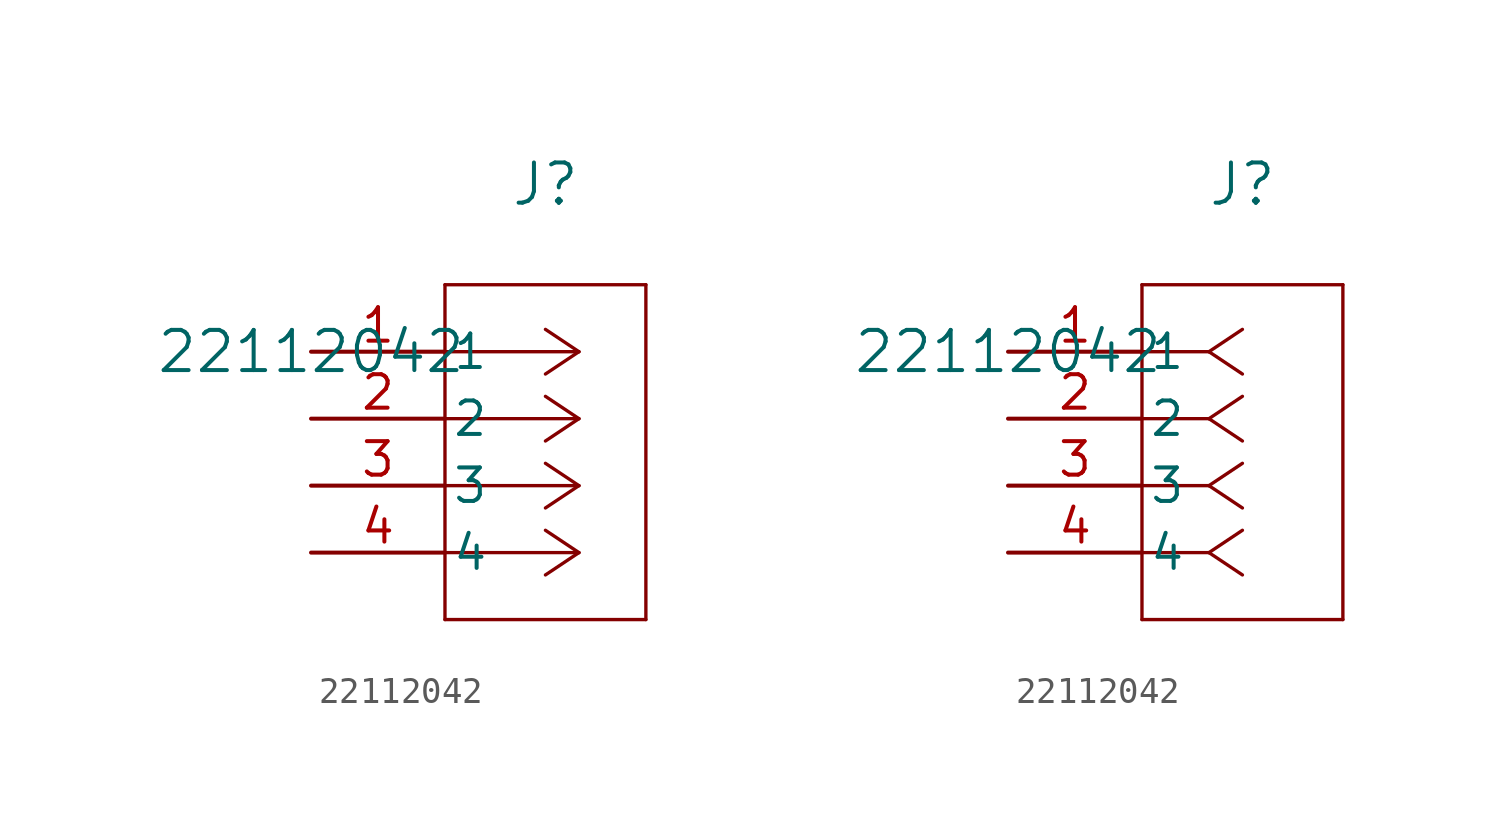
<source format=kicad_sym>
(kicad_symbol_lib
  (version 20211014)
  (generator kicad_symbol_editor)
  (symbol "22112042"
    (pin_names
      (offset 0.254))
    (property "Reference" "J"
      (at 8.89 6.35 0)
      (effects (font (size 1.524 1.524))))
    (property "Value" "22112042"
      (at 0 0 0)
      (effects (font (size 1.524 1.524))))
    (symbol "22112042_1_1"
      (polyline (pts (xy 10.16 0) (xy 5.08 0)) (stroke (width 0.127) (type default) (color 0 0 0 0)) (fill (type none)))
      (polyline (pts (xy 10.16 -2.54) (xy 5.08 -2.54)) (stroke (width 0.127) (type default) (color 0 0 0 0)) (fill (type none)))
      (polyline (pts (xy 10.16 -5.08) (xy 5.08 -5.08)) (stroke (width 0.127) (type default) (color 0 0 0 0)) (fill (type none)))
      (polyline (pts (xy 10.16 -7.62) (xy 5.08 -7.62)) (stroke (width 0.127) (type default) (color 0 0 0 0)) (fill (type none)))
      (polyline (pts (xy 10.16 0) (xy 8.89 0.847)) (stroke (width 0.127) (type default) (color 0 0 0 0)) (fill (type none)))
      (polyline (pts (xy 10.16 -2.54) (xy 8.89 -1.693)) (stroke (width 0.127) (type default) (color 0 0 0 0)) (fill (type none)))
      (polyline (pts (xy 10.16 -5.08) (xy 8.89 -4.233)) (stroke (width 0.127) (type default) (color 0 0 0 0)) (fill (type none)))
      (polyline (pts (xy 10.16 -7.62) (xy 8.89 -6.773)) (stroke (width 0.127) (type default) (color 0 0 0 0)) (fill (type none)))
      (polyline (pts (xy 10.16 0) (xy 8.89 -0.847)) (stroke (width 0.127) (type default) (color 0 0 0 0)) (fill (type none)))
      (polyline (pts (xy 10.16 -2.54) (xy 8.89 -3.387)) (stroke (width 0.127) (type default) (color 0 0 0 0)) (fill (type none)))
      (polyline (pts (xy 10.16 -5.08) (xy 8.89 -5.927)) (stroke (width 0.127) (type default) (color 0 0 0 0)) (fill (type none)))
      (polyline (pts (xy 10.16 -7.62) (xy 8.89 -8.467)) (stroke (width 0.127) (type default) (color 0 0 0 0)) (fill (type none)))
      (polyline (pts (xy 5.08 2.54) (xy 5.08 -10.16)) (stroke (width 0.127) (type default) (color 0 0 0 0)) (fill (type none)))
      (polyline (pts (xy 5.08 -10.16) (xy 12.7 -10.16)) (stroke (width 0.127) (type default) (color 0 0 0 0)) (fill (type none)))
      (polyline (pts (xy 12.7 -10.16) (xy 12.7 2.54)) (stroke (width 0.127) (type default) (color 0 0 0 0)) (fill (type none)))
      (polyline (pts (xy 12.7 2.54) (xy 5.08 2.54)) (stroke (width 0.127) (type default) (color 0 0 0 0)) (fill (type none)))
      (pin unspecified line (at 0 0 0) (length 5.08) (name "1" (effects (font (size 1.27 1.27)))) (number "1" (effects (font (size 1.27 1.27)))))
      (pin unspecified line (at 0 -2.54 0) (length 5.08) (name "2" (effects (font (size 1.27 1.27)))) (number "2" (effects (font (size 1.27 1.27)))))
      (pin unspecified line (at 0 -5.08 0) (length 5.08) (name "3" (effects (font (size 1.27 1.27)))) (number "3" (effects (font (size 1.27 1.27)))))
      (pin unspecified line (at 0 -7.62 0) (length 5.08) (name "4" (effects (font (size 1.27 1.27)))) (number "4" (effects (font (size 1.27 1.27))))))
    (symbol "22112042_1_2"
      (polyline (pts (xy 7.62 0) (xy 5.08 0)) (stroke (width 0.127) (type default) (color 0 0 0 0)) (fill (type none)))
      (polyline (pts (xy 7.62 -2.54) (xy 5.08 -2.54)) (stroke (width 0.127) (type default) (color 0 0 0 0)) (fill (type none)))
      (polyline (pts (xy 7.62 -5.08) (xy 5.08 -5.08)) (stroke (width 0.127) (type default) (color 0 0 0 0)) (fill (type none)))
      (polyline (pts (xy 7.62 -7.62) (xy 5.08 -7.62)) (stroke (width 0.127) (type default) (color 0 0 0 0)) (fill (type none)))
      (polyline (pts (xy 7.62 0) (xy 8.89 0.847)) (stroke (width 0.127) (type default) (color 0 0 0 0)) (fill (type none)))
      (polyline (pts (xy 7.62 -2.54) (xy 8.89 -1.693)) (stroke (width 0.127) (type default) (color 0 0 0 0)) (fill (type none)))
      (polyline (pts (xy 7.62 -5.08) (xy 8.89 -4.233)) (stroke (width 0.127) (type default) (color 0 0 0 0)) (fill (type none)))
      (polyline (pts (xy 7.62 -7.62) (xy 8.89 -6.773)) (stroke (width 0.127) (type default) (color 0 0 0 0)) (fill (type none)))
      (polyline (pts (xy 7.62 0) (xy 8.89 -0.847)) (stroke (width 0.127) (type default) (color 0 0 0 0)) (fill (type none)))
      (polyline (pts (xy 7.62 -2.54) (xy 8.89 -3.387)) (stroke (width 0.127) (type default) (color 0 0 0 0)) (fill (type none)))
      (polyline (pts (xy 7.62 -5.08) (xy 8.89 -5.927)) (stroke (width 0.127) (type default) (color 0 0 0 0)) (fill (type none)))
      (polyline (pts (xy 7.62 -7.62) (xy 8.89 -8.467)) (stroke (width 0.127) (type default) (color 0 0 0 0)) (fill (type none)))
      (polyline (pts (xy 5.08 2.54) (xy 5.08 -10.16)) (stroke (width 0.127) (type default) (color 0 0 0 0)) (fill (type none)))
      (polyline (pts (xy 5.08 -10.16) (xy 12.7 -10.16)) (stroke (width 0.127) (type default) (color 0 0 0 0)) (fill (type none)))
      (polyline (pts (xy 12.7 -10.16) (xy 12.7 2.54)) (stroke (width 0.127) (type default) (color 0 0 0 0)) (fill (type none)))
      (polyline (pts (xy 12.7 2.54) (xy 5.08 2.54)) (stroke (width 0.127) (type default) (color 0 0 0 0)) (fill (type none)))
      (pin unspecified line (at 0 0 0) (length 5.08) (name "1" (effects (font (size 1.27 1.27)))) (number "1" (effects (font (size 1.27 1.27)))))
      (pin unspecified line (at 0 -2.54 0) (length 5.08) (name "2" (effects (font (size 1.27 1.27)))) (number "2" (effects (font (size 1.27 1.27)))))
      (pin unspecified line (at 0 -5.08 0) (length 5.08) (name "3" (effects (font (size 1.27 1.27)))) (number "3" (effects (font (size 1.27 1.27)))))
      (pin unspecified line (at 0 -7.62 0) (length 5.08) (name "4" (effects (font (size 1.27 1.27)))) (number "4" (effects (font (size 1.27 1.27))))))))
</source>
